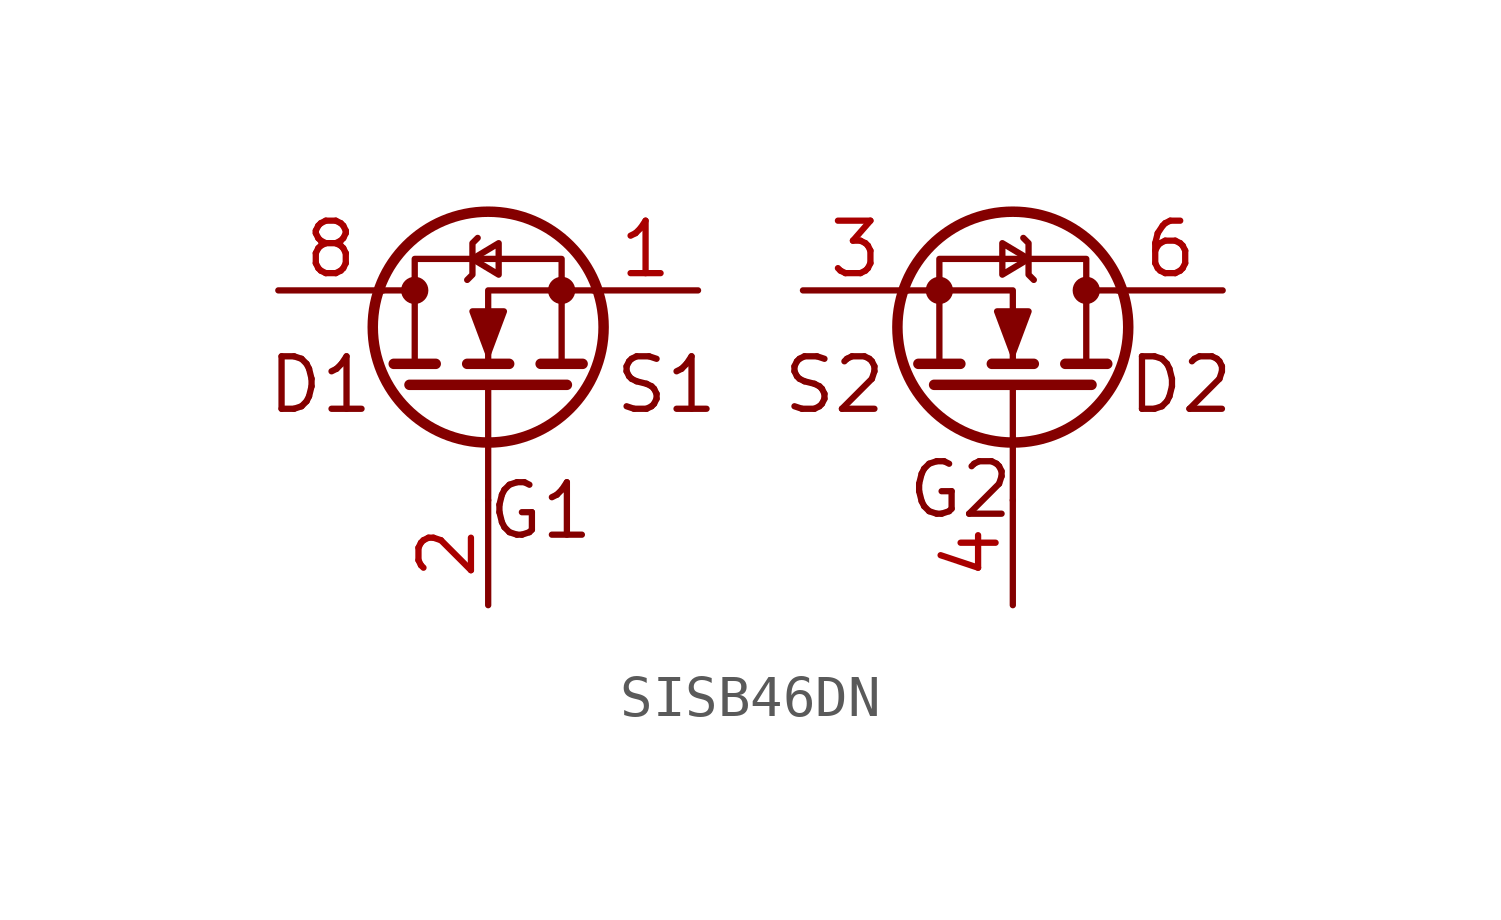
<source format=kicad_sym>
(kicad_symbol_lib
  (version 20241209)
  (generator "kicad_symbol_editor")
  (generator_version "9.0")
  (symbol "SISB46DN"
    (property "Reference" "J"
      (at -1.905 -6.985 0)
      (effects (font (size 1.27 1.27)) (hide yes)))
    (property "Value" ""
      (at 0 0 0)
      (effects (font (size 1.27 1.27))))
    (symbol "SISB46DN_0_1"
      (polyline (pts (xy -8.89 1.27) (xy -8.128 1.27)) (stroke (width 0) (type default)) (fill (type none)))
      (polyline (pts (xy -8.636 -0.508) (xy -7.62 -0.508)) (stroke (width 0.254) (type default)) (fill (type none)))
      (polyline (pts (xy -8.255 -1.016) (xy -4.445 -1.016)) (stroke (width 0.254) (type default)) (fill (type none)))
      (circle (center -8.128 1.27) (radius 0.254) (stroke (width 0) (type default)) (fill (type outline)))
      (polyline (pts (xy -6.858 1.524) (xy -6.731 1.651) (xy -6.731 2.413) (xy -6.604 2.54)) (stroke (width 0) (type default)) (fill (type none)))
      (polyline (pts (xy -6.858 -0.508) (xy -5.842 -0.508)) (stroke (width 0.254) (type default)) (fill (type none)))
      (polyline (pts (xy -6.731 2.032) (xy -6.096 1.651) (xy -6.096 2.413) (xy -6.731 2.032)) (stroke (width 0) (type default)) (fill (type none)))
      (circle (center -6.35 0.381) (radius 2.794) (stroke (width 0.254) (type default)) (fill (type none)))
      (polyline (pts (xy -6.35 -0.254) (xy -6.731 0.762) (xy -5.969 0.762) (xy -6.35 -0.254)) (stroke (width 0) (type default)) (fill (type outline)))
      (polyline (pts (xy -6.35 -1.016) (xy -6.35 -3.81)) (stroke (width 0) (type default)) (fill (type none)))
      (polyline (pts (xy -5.08 -0.508) (xy -4.064 -0.508)) (stroke (width 0.254) (type default)) (fill (type none)))
      (circle (center -4.572 1.27) (radius 0.254) (stroke (width 0) (type default)) (fill (type outline)))
      (polyline (pts (xy -4.572 -0.508) (xy -4.572 2.032) (xy -8.128 2.032) (xy -8.128 -0.508)) (stroke (width 0) (type default)) (fill (type none)))
      (polyline (pts (xy -3.81 1.27) (xy -6.35 1.27) (xy -6.35 -0.508)) (stroke (width 0) (type default)) (fill (type none)))
      (polyline (pts (xy 3.81 1.27) (xy 6.35 1.27) (xy 6.35 -0.508)) (stroke (width 0) (type default)) (fill (type none)))
      (circle (center 4.572 1.27) (radius 0.254) (stroke (width 0) (type default)) (fill (type outline)))
      (polyline (pts (xy 4.572 -0.508) (xy 4.572 2.032) (xy 8.128 2.032) (xy 8.128 -0.508)) (stroke (width 0) (type default)) (fill (type none)))
      (polyline (pts (xy 5.08 -0.508) (xy 4.064 -0.508)) (stroke (width 0.254) (type default)) (fill (type none)))
      (circle (center 6.35 0.381) (radius 2.794) (stroke (width 0.254) (type default)) (fill (type none)))
      (polyline (pts (xy 6.35 -0.254) (xy 6.731 0.762) (xy 5.969 0.762) (xy 6.35 -0.254)) (stroke (width 0) (type default)) (fill (type outline)))
      (polyline (pts (xy 6.35 -1.016) (xy 6.35 -3.81)) (stroke (width 0) (type default)) (fill (type none)))
      (polyline (pts (xy 6.731 2.032) (xy 6.096 1.651) (xy 6.096 2.413) (xy 6.731 2.032)) (stroke (width 0) (type default)) (fill (type none)))
      (polyline (pts (xy 6.858 1.524) (xy 6.731 1.651) (xy 6.731 2.413) (xy 6.604 2.54)) (stroke (width 0) (type default)) (fill (type none)))
      (polyline (pts (xy 6.858 -0.508) (xy 5.842 -0.508)) (stroke (width 0.254) (type default)) (fill (type none)))
      (circle (center 8.128 1.27) (radius 0.254) (stroke (width 0) (type default)) (fill (type outline)))
      (polyline (pts (xy 8.255 -1.016) (xy 4.445 -1.016)) (stroke (width 0.254) (type default)) (fill (type none)))
      (polyline (pts (xy 8.636 -0.508) (xy 7.62 -0.508)) (stroke (width 0.254) (type default)) (fill (type none)))
      (polyline (pts (xy 8.89 1.27) (xy 8.128 1.27)) (stroke (width 0) (type default)) (fill (type none))))
    (symbol "SISB46DN_1_1"
      (text "D1" (at -10.414 -1.016 0) (effects (font (size 1.27 1.27))))
      (text "G1" (at -5.08 -4.064 0) (effects (font (size 1.27 1.27))))
      (text "S1" (at -2.032 -1.016 0) (effects (font (size 1.27 1.27))))
      (text "S2" (at 2.032 -1.016 0) (effects (font (size 1.27 1.27))))
      (text "G2" (at 5.08 -3.556 0) (effects (font (size 1.27 1.27))))
      (text "D2" (at 10.414 -1.016 0) (effects (font (size 1.27 1.27))))
      (pin passive line (at -11.43 1.27 0) (length 2.54) (hide yes) (name "" (effects (font (size 1.27 1.27)))) (number "7" (effects (font (size 1.27 1.27)))))
      (pin power_in line (at -11.43 1.27 0) (length 2.54) (name "" (effects (font (size 1.27 1.27)))) (number "8" (effects (font (size 1.27 1.27)))))
      (pin input line (at -6.35 -6.35 90) (length 2.54) (name "" (effects (font (size 1.27 1.27)))) (number "2" (effects (font (size 1.27 1.27)))))
      (pin passive line (at -1.27 1.27 180) (length 2.54) (name "" (effects (font (size 1.27 1.27)))) (number "1" (effects (font (size 1.27 1.27)))))
      (pin passive line (at 1.27 1.27 0) (length 2.54) (name "" (effects (font (size 1.27 1.27)))) (number "3" (effects (font (size 1.27 1.27)))))
      (pin input line (at 6.35 -6.35 90) (length 2.54) (name "" (effects (font (size 1.27 1.27)))) (number "4" (effects (font (size 1.27 1.27)))))
      (pin passive line (at 11.43 1.27 180) (length 2.54) (hide yes) (name "" (effects (font (size 1.27 1.27)))) (number "5" (effects (font (size 1.27 1.27)))))
      (pin power_out line (at 11.43 1.27 180) (length 2.54) (name "" (effects (font (size 1.27 1.27)))) (number "6" (effects (font (size 1.27 1.27))))))))
</source>
